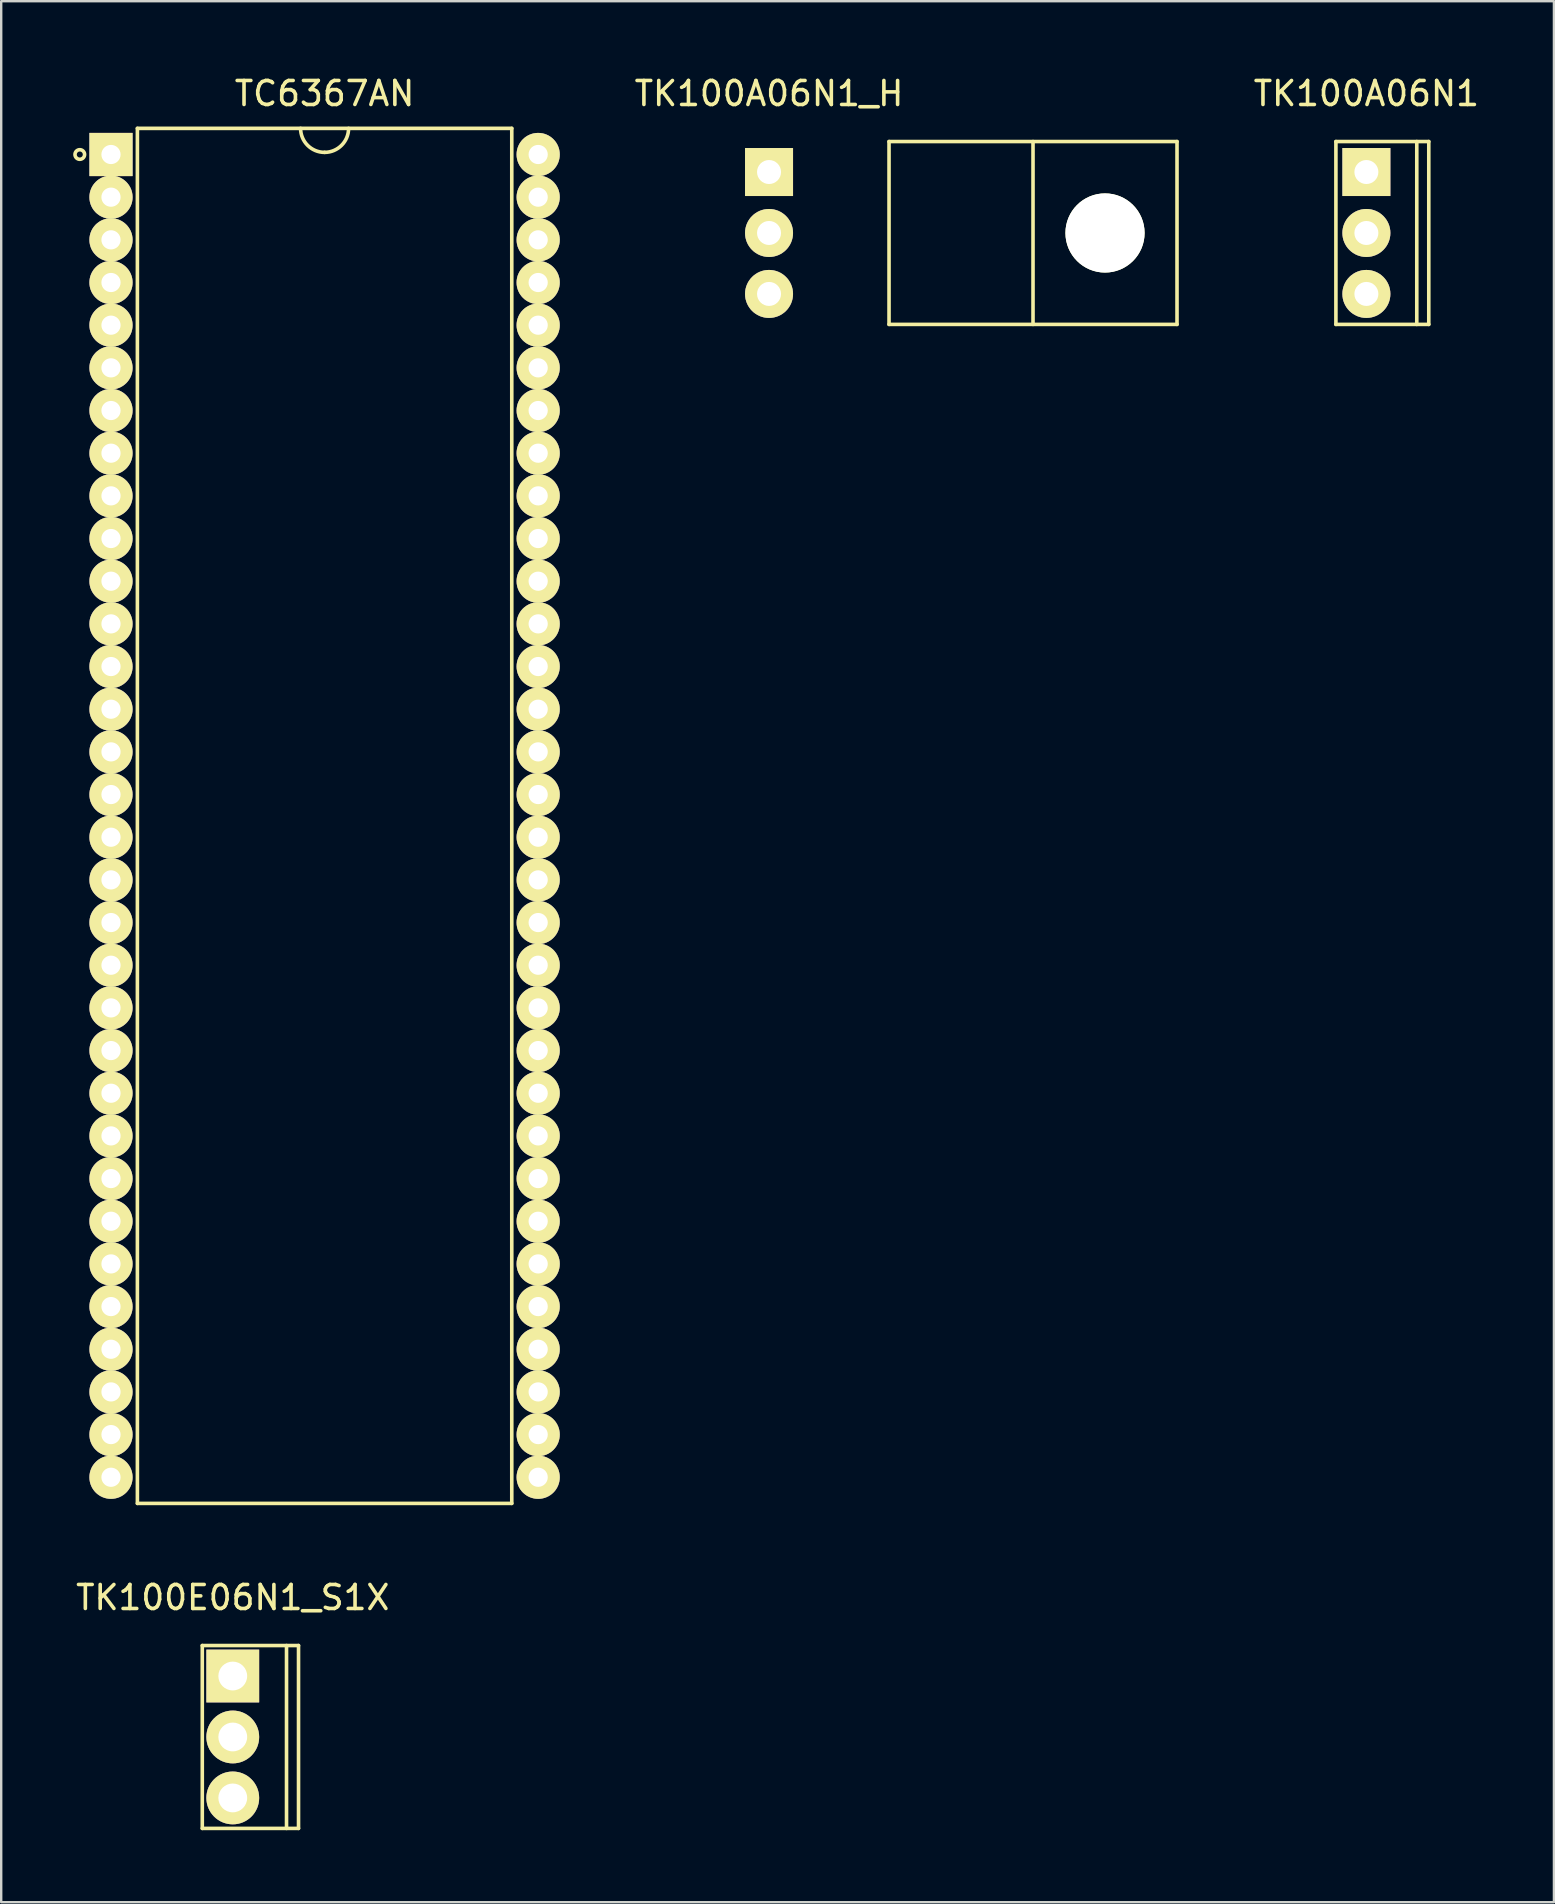
<source format=kicad_pcb>
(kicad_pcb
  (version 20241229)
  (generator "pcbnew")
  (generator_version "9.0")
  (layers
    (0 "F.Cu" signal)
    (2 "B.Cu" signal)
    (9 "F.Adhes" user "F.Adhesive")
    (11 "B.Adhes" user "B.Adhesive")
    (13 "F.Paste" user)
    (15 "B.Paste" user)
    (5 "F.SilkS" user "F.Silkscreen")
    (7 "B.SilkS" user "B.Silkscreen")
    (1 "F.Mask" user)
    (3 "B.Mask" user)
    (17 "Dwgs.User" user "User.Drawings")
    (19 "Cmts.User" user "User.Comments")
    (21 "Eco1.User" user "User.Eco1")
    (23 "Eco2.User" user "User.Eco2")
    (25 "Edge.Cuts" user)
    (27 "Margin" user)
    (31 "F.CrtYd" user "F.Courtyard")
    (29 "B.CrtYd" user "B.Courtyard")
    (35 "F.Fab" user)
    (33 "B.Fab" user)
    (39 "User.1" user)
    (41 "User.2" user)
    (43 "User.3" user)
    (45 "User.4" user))
  (footprint "TC6367AN"
    (layer "F.Cu")
    (at 1.575 3.388)
    (property "Reference" "TC6367AN" (at 8.9 -2.54 0) (layer "F.SilkS") (effects (font (size 1 1) (thickness 0.15))))
    (attr through_hole)
    (fp_line (start 1.1 -1.089) (end 16.7 -1.089) (stroke (width 0.15) (type solid)) (layer "F.SilkS"))
    (fp_line (start 1.1 56.207) (end 1.1 -1.089) (stroke (width 0.15) (type solid)) (layer "F.SilkS"))
    (fp_line (start 16.7 -1.089) (end 16.7 56.207) (stroke (width 0.15) (type solid)) (layer "F.SilkS"))
    (fp_line (start 16.7 56.207) (end 1.1 56.207) (stroke (width 0.15) (type solid)) (layer "F.SilkS"))
    (fp_arc (start 8.9 -0.089) (mid 8.192893 -0.381893) (end 7.9 -1.089) (stroke (width 0.15) (type solid)) (layer "F.SilkS"))
    (fp_arc (start 9.9 -1.089) (mid 9.607107 -0.381893) (end 8.9 -0.089) (stroke (width 0.15) (type solid)) (layer "F.SilkS"))
    (fp_circle (center -1.3 0) (end -1.3 0.2) (stroke (width 0.15) (type solid)) (fill no) (layer "F.SilkS"))
    (pad "1" thru_hole rect (at 0 0) (size 1.8 1.8) (drill 0.8) (layers "*.Cu" "*.Mask" "F.SilkS"))
    (pad "2" thru_hole circle (at 0 1.778) (size 1.8 1.8) (drill 0.8) (layers "*.Cu" "*.Mask" "F.SilkS"))
    (pad "3" thru_hole circle (at 0 3.556) (size 1.8 1.8) (drill 0.8) (layers "*.Cu" "*.Mask" "F.SilkS"))
    (pad "4" thru_hole circle (at 0 5.334) (size 1.8 1.8) (drill 0.8) (layers "*.Cu" "*.Mask" "F.SilkS"))
    (pad "5" thru_hole circle (at 0 7.112) (size 1.8 1.8) (drill 0.8) (layers "*.Cu" "*.Mask" "F.SilkS"))
    (pad "6" thru_hole circle (at 0 8.89) (size 1.8 1.8) (drill 0.8) (layers "*.Cu" "*.Mask" "F.SilkS"))
    (pad "7" thru_hole circle (at 0 10.668) (size 1.8 1.8) (drill 0.8) (layers "*.Cu" "*.Mask" "F.SilkS"))
    (pad "8" thru_hole circle (at 0 12.446) (size 1.8 1.8) (drill 0.8) (layers "*.Cu" "*.Mask" "F.SilkS"))
    (pad "9" thru_hole circle (at 0 14.224) (size 1.8 1.8) (drill 0.8) (layers "*.Cu" "*.Mask" "F.SilkS"))
    (pad "10" thru_hole circle (at 0 16.002) (size 1.8 1.8) (drill 0.8) (layers "*.Cu" "*.Mask" "F.SilkS"))
    (pad "11" thru_hole circle (at 0 17.78) (size 1.8 1.8) (drill 0.8) (layers "*.Cu" "*.Mask" "F.SilkS"))
    (pad "12" thru_hole circle (at 0 19.558) (size 1.8 1.8) (drill 0.8) (layers "*.Cu" "*.Mask" "F.SilkS"))
    (pad "13" thru_hole circle (at 0 21.336) (size 1.8 1.8) (drill 0.8) (layers "*.Cu" "*.Mask" "F.SilkS"))
    (pad "14" thru_hole circle (at 0 23.114) (size 1.8 1.8) (drill 0.8) (layers "*.Cu" "*.Mask" "F.SilkS"))
    (pad "15" thru_hole circle (at 0 24.892) (size 1.8 1.8) (drill 0.8) (layers "*.Cu" "*.Mask" "F.SilkS"))
    (pad "16" thru_hole circle (at 0 26.67) (size 1.8 1.8) (drill 0.8) (layers "*.Cu" "*.Mask" "F.SilkS"))
    (pad "17" thru_hole circle (at 0 28.448) (size 1.8 1.8) (drill 0.8) (layers "*.Cu" "*.Mask" "F.SilkS"))
    (pad "18" thru_hole circle (at 0 30.226) (size 1.8 1.8) (drill 0.8) (layers "*.Cu" "*.Mask" "F.SilkS"))
    (pad "19" thru_hole circle (at 0 32.004) (size 1.8 1.8) (drill 0.8) (layers "*.Cu" "*.Mask" "F.SilkS"))
    (pad "20" thru_hole circle (at 0 33.782) (size 1.8 1.8) (drill 0.8) (layers "*.Cu" "*.Mask" "F.SilkS"))
    (pad "21" thru_hole circle (at 0 35.56) (size 1.8 1.8) (drill 0.8) (layers "*.Cu" "*.Mask" "F.SilkS"))
    (pad "22" thru_hole circle (at 0 37.338) (size 1.8 1.8) (drill 0.8) (layers "*.Cu" "*.Mask" "F.SilkS"))
    (pad "23" thru_hole circle (at 0 39.116) (size 1.8 1.8) (drill 0.8) (layers "*.Cu" "*.Mask" "F.SilkS"))
    (pad "24" thru_hole circle (at 0 40.894) (size 1.8 1.8) (drill 0.8) (layers "*.Cu" "*.Mask" "F.SilkS"))
    (pad "25" thru_hole circle (at 0 42.672) (size 1.8 1.8) (drill 0.8) (layers "*.Cu" "*.Mask" "F.SilkS"))
    (pad "26" thru_hole circle (at 0 44.45) (size 1.8 1.8) (drill 0.8) (layers "*.Cu" "*.Mask" "F.SilkS"))
    (pad "27" thru_hole circle (at 0 46.228) (size 1.8 1.8) (drill 0.8) (layers "*.Cu" "*.Mask" "F.SilkS"))
    (pad "28" thru_hole circle (at 0 48.006) (size 1.8 1.8) (drill 0.8) (layers "*.Cu" "*.Mask" "F.SilkS"))
    (pad "29" thru_hole circle (at 0 49.784) (size 1.8 1.8) (drill 0.8) (layers "*.Cu" "*.Mask" "F.SilkS"))
    (pad "30" thru_hole circle (at 0 51.562) (size 1.8 1.8) (drill 0.8) (layers "*.Cu" "*.Mask" "F.SilkS"))
    (pad "31" thru_hole circle (at 0 53.34) (size 1.8 1.8) (drill 0.8) (layers "*.Cu" "*.Mask" "F.SilkS"))
    (pad "32" thru_hole circle (at 0 55.118) (size 1.8 1.8) (drill 0.8) (layers "*.Cu" "*.Mask" "F.SilkS"))
    (pad "33" thru_hole circle (at 17.8 55.118) (size 1.8 1.8) (drill 0.8) (layers "*.Cu" "*.Mask" "F.SilkS"))
    (pad "34" thru_hole circle (at 17.8 53.34) (size 1.8 1.8) (drill 0.8) (layers "*.Cu" "*.Mask" "F.SilkS"))
    (pad "35" thru_hole circle (at 17.8 51.562) (size 1.8 1.8) (drill 0.8) (layers "*.Cu" "*.Mask" "F.SilkS"))
    (pad "36" thru_hole circle (at 17.8 49.784) (size 1.8 1.8) (drill 0.8) (layers "*.Cu" "*.Mask" "F.SilkS"))
    (pad "37" thru_hole circle (at 17.8 48.006) (size 1.8 1.8) (drill 0.8) (layers "*.Cu" "*.Mask" "F.SilkS"))
    (pad "38" thru_hole circle (at 17.8 46.228) (size 1.8 1.8) (drill 0.8) (layers "*.Cu" "*.Mask" "F.SilkS"))
    (pad "39" thru_hole circle (at 17.8 44.45) (size 1.8 1.8) (drill 0.8) (layers "*.Cu" "*.Mask" "F.SilkS"))
    (pad "40" thru_hole circle (at 17.8 42.672) (size 1.8 1.8) (drill 0.8) (layers "*.Cu" "*.Mask" "F.SilkS"))
    (pad "41" thru_hole circle (at 17.8 40.894) (size 1.8 1.8) (drill 0.8) (layers "*.Cu" "*.Mask" "F.SilkS"))
    (pad "42" thru_hole circle (at 17.8 39.116) (size 1.8 1.8) (drill 0.8) (layers "*.Cu" "*.Mask" "F.SilkS"))
    (pad "43" thru_hole circle (at 17.8 37.338) (size 1.8 1.8) (drill 0.8) (layers "*.Cu" "*.Mask" "F.SilkS"))
    (pad "44" thru_hole circle (at 17.8 35.56) (size 1.8 1.8) (drill 0.8) (layers "*.Cu" "*.Mask" "F.SilkS"))
    (pad "45" thru_hole circle (at 17.8 33.782) (size 1.8 1.8) (drill 0.8) (layers "*.Cu" "*.Mask" "F.SilkS"))
    (pad "46" thru_hole circle (at 17.8 32.004) (size 1.8 1.8) (drill 0.8) (layers "*.Cu" "*.Mask" "F.SilkS"))
    (pad "47" thru_hole circle (at 17.8 30.226) (size 1.8 1.8) (drill 0.8) (layers "*.Cu" "*.Mask" "F.SilkS"))
    (pad "48" thru_hole circle (at 17.8 28.448) (size 1.8 1.8) (drill 0.8) (layers "*.Cu" "*.Mask" "F.SilkS"))
    (pad "49" thru_hole circle (at 17.8 26.67) (size 1.8 1.8) (drill 0.8) (layers "*.Cu" "*.Mask" "F.SilkS"))
    (pad "50" thru_hole circle (at 17.8 24.892) (size 1.8 1.8) (drill 0.8) (layers "*.Cu" "*.Mask" "F.SilkS"))
    (pad "51" thru_hole circle (at 17.8 23.114) (size 1.8 1.8) (drill 0.8) (layers "*.Cu" "*.Mask" "F.SilkS"))
    (pad "52" thru_hole circle (at 17.8 21.336) (size 1.8 1.8) (drill 0.8) (layers "*.Cu" "*.Mask" "F.SilkS"))
    (pad "53" thru_hole circle (at 17.8 19.558) (size 1.8 1.8) (drill 0.8) (layers "*.Cu" "*.Mask" "F.SilkS"))
    (pad "54" thru_hole circle (at 17.8 17.78) (size 1.8 1.8) (drill 0.8) (layers "*.Cu" "*.Mask" "F.SilkS"))
    (pad "55" thru_hole circle (at 17.8 16.002) (size 1.8 1.8) (drill 0.8) (layers "*.Cu" "*.Mask" "F.SilkS"))
    (pad "56" thru_hole circle (at 17.8 14.224) (size 1.8 1.8) (drill 0.8) (layers "*.Cu" "*.Mask" "F.SilkS"))
    (pad "57" thru_hole circle (at 17.8 12.446) (size 1.8 1.8) (drill 0.8) (layers "*.Cu" "*.Mask" "F.SilkS"))
    (pad "58" thru_hole circle (at 17.8 10.668) (size 1.8 1.8) (drill 0.8) (layers "*.Cu" "*.Mask" "F.SilkS"))
    (pad "59" thru_hole circle (at 17.8 8.89) (size 1.8 1.8) (drill 0.8) (layers "*.Cu" "*.Mask" "F.SilkS"))
    (pad "60" thru_hole circle (at 17.8 7.112) (size 1.8 1.8) (drill 0.8) (layers "*.Cu" "*.Mask" "F.SilkS"))
    (pad "61" thru_hole circle (at 17.8 5.334) (size 1.8 1.8) (drill 0.8) (layers "*.Cu" "*.Mask" "F.SilkS"))
    (pad "62" thru_hole circle (at 17.8 3.556) (size 1.8 1.8) (drill 0.8) (layers "*.Cu" "*.Mask" "F.SilkS"))
    (pad "63" thru_hole circle (at 17.8 1.778) (size 1.8 1.8) (drill 0.8) (layers "*.Cu" "*.Mask" "F.SilkS"))
    (pad "64" thru_hole circle (at 17.8 0) (size 1.8 1.8) (drill 0.8) (layers "*.Cu" "*.Mask" "F.SilkS")))
  (footprint "TK100A06N1_H"
    (layer "F.Cu")
    (at 28.995 4.118)
    (property "Reference" "TK100A06N1_H" (at 0 -3.27 0) (layer "F.SilkS") (effects (font (size 1 1) (thickness 0.15))))
    (attr through_hole)
    (fp_line (start 5 -1.27) (end 5 6.35) (stroke (width 0.15) (type solid)) (layer "F.SilkS"))
    (fp_line (start 5 -1.27) (end 17 -1.27) (stroke (width 0.15) (type solid)) (layer "F.SilkS"))
    (fp_line (start 5 6.35) (end 17 6.35) (stroke (width 0.15) (type solid)) (layer "F.SilkS"))
    (fp_line (start 11 -1.27) (end 11 6.35) (stroke (width 0.15) (type solid)) (layer "F.SilkS"))
    (fp_line (start 17 -1.27) (end 17 6.35) (stroke (width 0.15) (type solid)) (layer "F.SilkS"))
    (pad "" np_thru_hole circle (at 14 2.54) (size 3.3 3.3) (drill 3.3) (layers "*.Cu" "*.Mask" "F.SilkS"))
    (pad "1" thru_hole rect (at 0 0) (size 2 2) (drill 1) (layers "*.Cu" "*.Mask" "F.SilkS"))
    (pad "2" thru_hole circle (at 0 2.54) (size 2 2) (drill 1) (layers "*.Cu" "*.Mask" "F.SilkS"))
    (pad "3" thru_hole circle (at 0 5.08) (size 2 2) (drill 1) (layers "*.Cu" "*.Mask" "F.SilkS")))
  (footprint "TK100E06N1_S1X"
    (layer "F.Cu")
    (at 6.649 66.788)
    (property "Reference" "TK100E06N1_S1X" (at 0 -3.27 0) (layer "F.SilkS") (effects (font (size 1 1) (thickness 0.15))))
    (attr through_hole)
    (fp_line (start -1.27 -1.27) (end -1.27 6.35) (stroke (width 0.15) (type solid)) (layer "F.SilkS"))
    (fp_line (start -1.27 -1.27) (end 2.74 -1.27) (stroke (width 0.15) (type solid)) (layer "F.SilkS"))
    (fp_line (start -1.27 6.35) (end 2.74 6.35) (stroke (width 0.15) (type solid)) (layer "F.SilkS"))
    (fp_line (start 2.24 -1.27) (end 2.24 6.35) (stroke (width 0.15) (type solid)) (layer "F.SilkS"))
    (fp_line (start 2.74 -1.27) (end 2.74 6.35) (stroke (width 0.15) (type solid)) (layer "F.SilkS"))
    (pad "1" thru_hole rect (at 0 0) (size 2.2 2.2) (drill 1.2) (layers "*.Cu" "*.Mask" "F.SilkS"))
    (pad "2" thru_hole circle (at 0 2.54) (size 2.2 2.2) (drill 1.2) (layers "*.Cu" "*.Mask" "F.SilkS"))
    (pad "3" thru_hole circle (at 0 5.08) (size 2.2 2.2) (drill 1.2) (layers "*.Cu" "*.Mask" "F.SilkS")))
  (footprint "TK100A06N1"
    (layer "F.Cu")
    (at 53.886 4.118)
    (property "Reference" "TK100A06N1" (at 0 -3.27 0) (layer "F.SilkS") (effects (font (size 1 1) (thickness 0.15))))
    (attr through_hole)
    (fp_line (start -1.27 -1.27) (end -1.27 6.35) (stroke (width 0.15) (type solid)) (layer "F.SilkS"))
    (fp_line (start -1.27 -1.27) (end 2.6 -1.27) (stroke (width 0.15) (type solid)) (layer "F.SilkS"))
    (fp_line (start -1.27 6.35) (end 2.6 6.35) (stroke (width 0.15) (type solid)) (layer "F.SilkS"))
    (fp_line (start 2.1 -1.27) (end 2.1 6.35) (stroke (width 0.15) (type solid)) (layer "F.SilkS"))
    (fp_line (start 2.6 -1.27) (end 2.6 6.35) (stroke (width 0.15) (type solid)) (layer "F.SilkS"))
    (pad "1" thru_hole rect (at 0 0) (size 2 2) (drill 1) (layers "*.Cu" "*.Mask" "F.SilkS"))
    (pad "2" thru_hole circle (at 0 2.54) (size 2 2) (drill 1) (layers "*.Cu" "*.Mask" "F.SilkS"))
    (pad "3" thru_hole circle (at 0 5.08) (size 2 2) (drill 1) (layers "*.Cu" "*.Mask" "F.SilkS")))
  (gr_rect
    (start -3 -3)
    (end 61.701 76.213)
    (stroke (width 0.1) (type default))
    (fill no)
    (layer "Edge.Cuts")))
</source>
